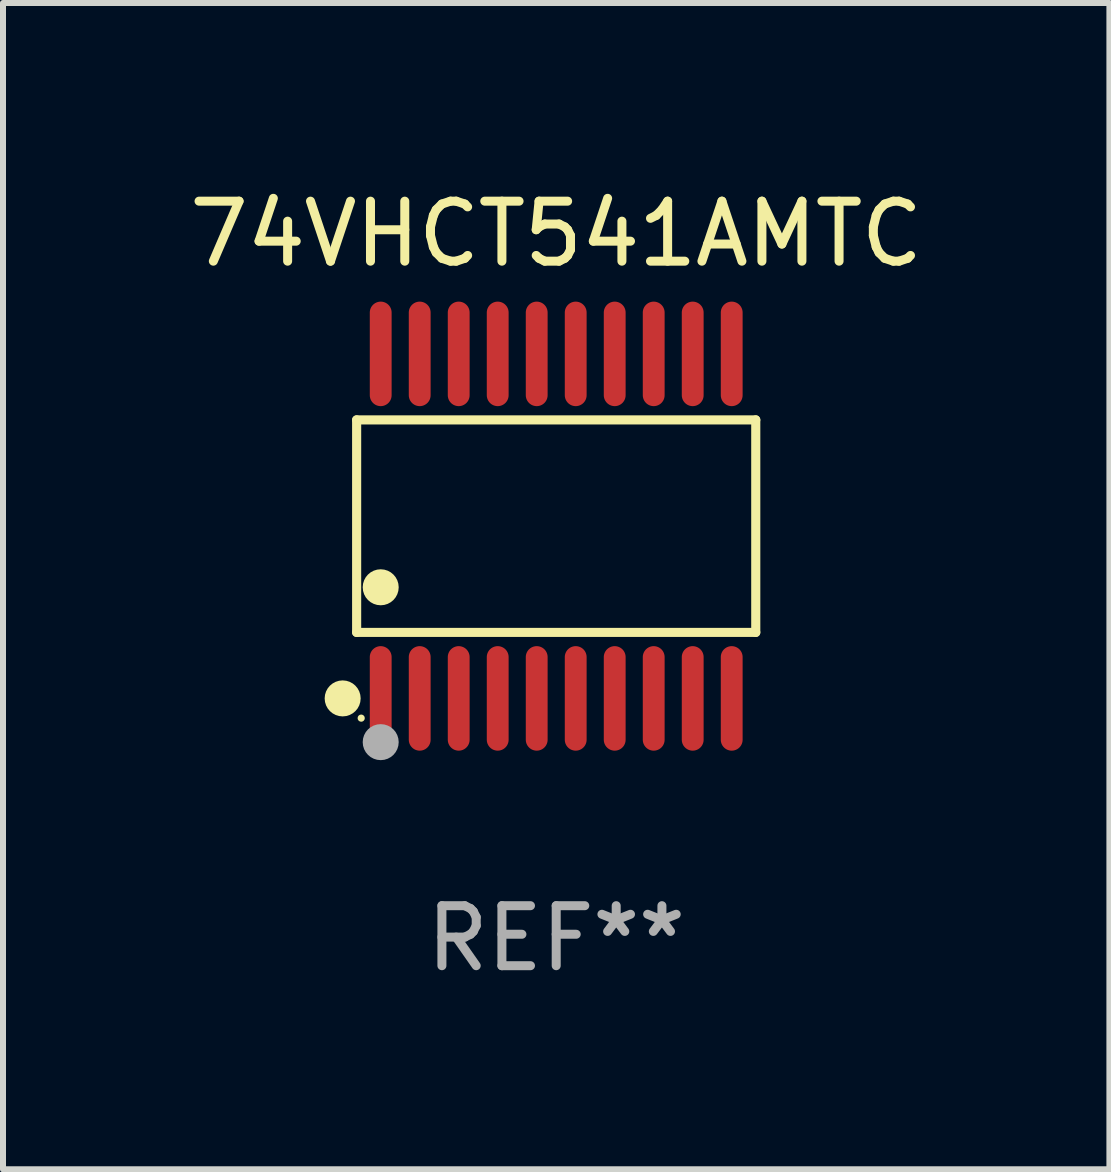
<source format=kicad_pcb>
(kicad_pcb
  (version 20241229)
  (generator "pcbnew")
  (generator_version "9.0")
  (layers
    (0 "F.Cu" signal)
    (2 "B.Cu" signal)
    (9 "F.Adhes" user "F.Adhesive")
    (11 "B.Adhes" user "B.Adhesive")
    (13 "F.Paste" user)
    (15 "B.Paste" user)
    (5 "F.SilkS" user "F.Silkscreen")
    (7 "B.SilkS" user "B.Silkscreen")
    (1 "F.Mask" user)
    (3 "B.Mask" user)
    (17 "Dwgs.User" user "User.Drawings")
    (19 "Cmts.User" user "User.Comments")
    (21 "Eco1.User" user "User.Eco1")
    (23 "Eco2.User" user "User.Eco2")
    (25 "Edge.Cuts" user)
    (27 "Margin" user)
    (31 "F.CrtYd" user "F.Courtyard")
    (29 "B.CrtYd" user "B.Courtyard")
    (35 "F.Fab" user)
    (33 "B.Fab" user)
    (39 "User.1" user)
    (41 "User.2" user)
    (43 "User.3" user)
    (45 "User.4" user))
  (footprint "74VHCT541AMTC"
    (layer "F.Cu")
    (at 6.22 5.719)
    (property "Reference" "74VHCT541AMTC" (at 0 -4.871 0) (layer "F.SilkS") (effects (font (size 1 1) (thickness 0.15))))
    (attr through_hole)
    (fp_line (start -3.326 -1.771) (end 3.326 -1.771) (stroke (width 0.152) (type solid)) (layer "F.SilkS"))
    (fp_line (start -3.326 1.771) (end -3.326 -1.771) (stroke (width 0.152) (type solid)) (layer "F.SilkS"))
    (fp_line (start 3.326 -1.771) (end 3.326 1.771) (stroke (width 0.152) (type solid)) (layer "F.SilkS"))
    (fp_line (start 3.326 1.771) (end -3.326 1.771) (stroke (width 0.152) (type solid)) (layer "F.SilkS"))
    (fp_circle (center -3.559 2.871) (end -3.409 2.871) (stroke (width 0.3) (type solid)) (fill no) (layer "F.SilkS"))
    (fp_circle (center -3.25 3.2) (end -3.22 3.2) (stroke (width 0.06) (type solid)) (fill no) (layer "F.SilkS"))
    (fp_circle (center -2.925 1.019) (end -2.775 1.019) (stroke (width 0.3) (type solid)) (fill no) (layer "F.SilkS"))
    (fp_circle (center -2.925 3.6) (end -2.775 3.6) (stroke (width 0.3) (type solid)) (fill no) (layer "F.Fab"))
    (fp_text user "REF**" (at 0 6.871 0) (layer "F.Fab") (effects (font (size 1 1) (thickness 0.15))))
    (pad "1" smd oval (at -2.925 2.871) (size 0.364 1.742) (layers "F.Cu" "F.Mask" "F.Paste"))
    (pad "2" smd oval (at -2.275 2.871) (size 0.364 1.742) (layers "F.Cu" "F.Mask" "F.Paste"))
    (pad "3" smd oval (at -1.625 2.871) (size 0.364 1.742) (layers "F.Cu" "F.Mask" "F.Paste"))
    (pad "4" smd oval (at -0.975 2.871) (size 0.364 1.742) (layers "F.Cu" "F.Mask" "F.Paste"))
    (pad "5" smd oval (at -0.325 2.871) (size 0.364 1.742) (layers "F.Cu" "F.Mask" "F.Paste"))
    (pad "6" smd oval (at 0.325 2.871) (size 0.364 1.742) (layers "F.Cu" "F.Mask" "F.Paste"))
    (pad "7" smd oval (at 0.975 2.871) (size 0.364 1.742) (layers "F.Cu" "F.Mask" "F.Paste"))
    (pad "8" smd oval (at 1.625 2.871) (size 0.364 1.742) (layers "F.Cu" "F.Mask" "F.Paste"))
    (pad "9" smd oval (at 2.275 2.871) (size 0.364 1.742) (layers "F.Cu" "F.Mask" "F.Paste"))
    (pad "10" smd oval (at 2.925 2.871) (size 0.364 1.742) (layers "F.Cu" "F.Mask" "F.Paste"))
    (pad "11" smd oval (at 2.925 -2.871) (size 0.364 1.742) (layers "F.Cu" "F.Mask" "F.Paste"))
    (pad "12" smd oval (at 2.275 -2.871) (size 0.364 1.742) (layers "F.Cu" "F.Mask" "F.Paste"))
    (pad "13" smd oval (at 1.625 -2.871) (size 0.364 1.742) (layers "F.Cu" "F.Mask" "F.Paste"))
    (pad "14" smd oval (at 0.975 -2.871) (size 0.364 1.742) (layers "F.Cu" "F.Mask" "F.Paste"))
    (pad "15" smd oval (at 0.325 -2.871) (size 0.364 1.742) (layers "F.Cu" "F.Mask" "F.Paste"))
    (pad "16" smd oval (at -0.325 -2.871) (size 0.364 1.742) (layers "F.Cu" "F.Mask" "F.Paste"))
    (pad "17" smd oval (at -0.975 -2.871) (size 0.364 1.742) (layers "F.Cu" "F.Mask" "F.Paste"))
    (pad "18" smd oval (at -1.625 -2.871) (size 0.364 1.742) (layers "F.Cu" "F.Mask" "F.Paste"))
    (pad "19" smd oval (at -2.275 -2.871) (size 0.364 1.742) (layers "F.Cu" "F.Mask" "F.Paste"))
    (pad "20" smd oval (at -2.925 -2.871) (size 0.364 1.742) (layers "F.Cu" "F.Mask" "F.Paste")))
  (gr_rect
    (start -3 -3)
    (end 15.44 16.438)
    (stroke (width 0.1) (type default))
    (fill no)
    (layer "Edge.Cuts")))
</source>
